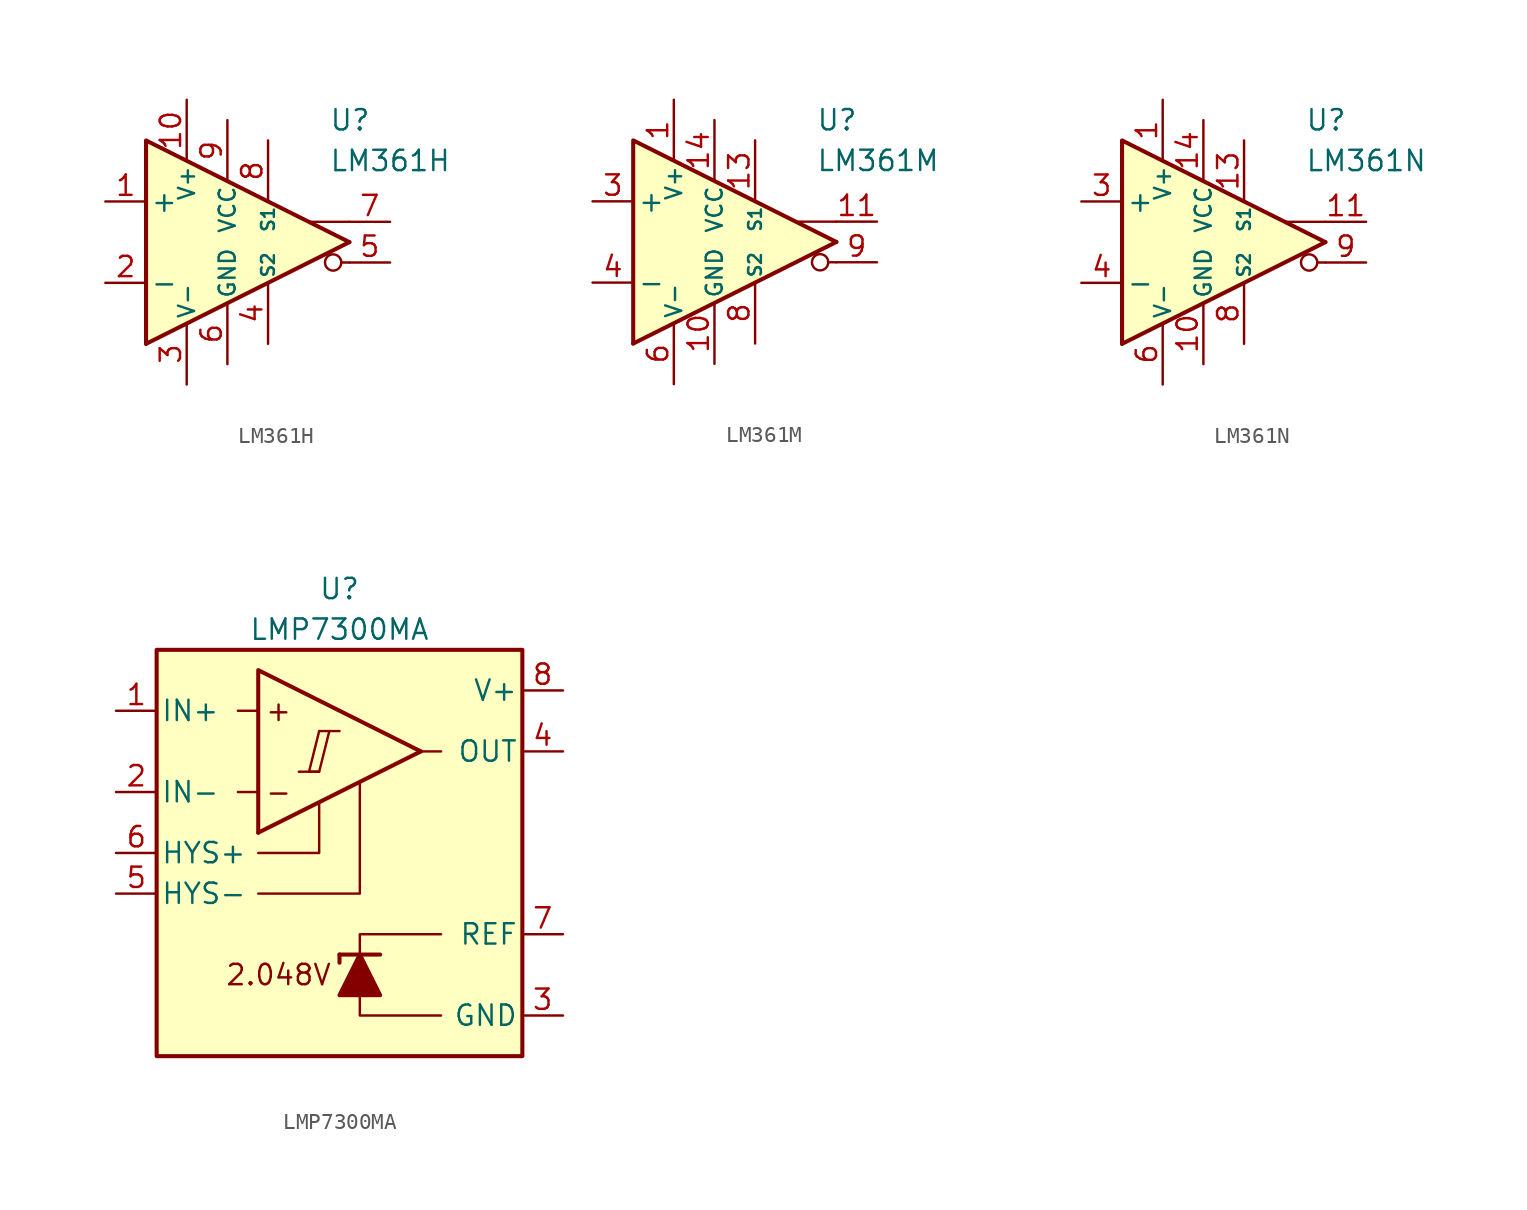
<source format=kicad_sym>
(kicad_symbol_lib
  (version 20231120)
  (generator "kicad_symbol_editor")
  (generator_version "8.0")
  (symbol "LM361H"
    (pin_names
      (offset 0.254))
    (property "Reference" "U"
      (at 6.35 7.62 0)
      (effects (font (size 1.27 1.27)) (justify left)))
    (property "Value" "LM361H"
      (at 6.35 5.08 0)
      (effects (font (size 1.27 1.27)) (justify left)))
    (symbol "LM361H_0_0"
      (polyline (pts (xy 7.62 -1.27) (xy 7.112 -1.27)) (stroke (width 0.152) (type default)) (fill (type none)))
      (polyline (pts (xy 7.62 0) (xy -5.08 -6.35)) (stroke (width 0.254) (type default)) (fill (type none)))
      (polyline (pts (xy 7.62 1.27) (xy 5.08 1.27)) (stroke (width 0.152) (type default)) (fill (type none)))
      (polyline (pts (xy 7.62 0) (xy -5.08 6.35) (xy -5.08 -6.35)) (stroke (width 0.254) (type default)) (fill (type background)))
      (circle (center 6.604 -1.27) (radius 0.508) (stroke (width 0.152) (type default)) (fill (type none))))
    (symbol "LM361H_1_1"
      (pin input line (at -7.62 2.54 0) (length 2.54) (name "+" (effects (font (size 1.27 1.27)))) (number "1" (effects (font (size 1.27 1.27)))))
      (pin power_in line (at -2.54 8.89 270) (length 3.81) (name "V+" (effects (font (size 1 1)))) (number "10" (effects (font (size 1.27 1.27)))))
      (pin input line (at -7.62 -2.54 0) (length 2.54) (name "-" (effects (font (size 1.27 1.27)))) (number "2" (effects (font (size 1.27 1.27)))))
      (pin power_in line (at -2.54 -8.89 90) (length 3.81) (name "V-" (effects (font (size 1 1)))) (number "3" (effects (font (size 1.27 1.27)))))
      (pin input line (at 2.54 -6.35 90) (length 3.81) (name "S2" (effects (font (size 0.8 0.8)))) (number "4" (effects (font (size 1.27 1.27)))))
      (pin output line (at 10.16 -1.27 180) (length 2.54) (name "~" (effects (font (size 1.27 1.27)))) (number "5" (effects (font (size 1.27 1.27)))))
      (pin power_in line (at 0 -7.62 90) (length 3.81) (name "GND" (effects (font (size 1 1)))) (number "6" (effects (font (size 1.27 1.27)))))
      (pin output line (at 10.16 1.27 180) (length 2.54) (name "~" (effects (font (size 1.27 1.27)))) (number "7" (effects (font (size 1.27 1.27)))))
      (pin input line (at 2.54 6.35 270) (length 3.81) (name "S1" (effects (font (size 0.8 0.8)))) (number "8" (effects (font (size 1.27 1.27)))))
      (pin power_in line (at 0 7.62 270) (length 3.81) (name "VCC" (effects (font (size 1 1)))) (number "9" (effects (font (size 1.27 1.27)))))))
  (symbol "LM361M"
    (pin_names
      (offset 0.254))
    (property "Reference" "U"
      (at 6.35 7.62 0)
      (effects (font (size 1.27 1.27)) (justify left)))
    (property "Value" "LM361M"
      (at 6.35 5.08 0)
      (effects (font (size 1.27 1.27)) (justify left)))
    (symbol "LM361M_0_0"
      (polyline (pts (xy 7.62 -1.27) (xy 7.112 -1.27)) (stroke (width 0.152) (type default)) (fill (type none)))
      (polyline (pts (xy 7.62 0) (xy -5.08 -6.35)) (stroke (width 0.254) (type default)) (fill (type none)))
      (polyline (pts (xy 7.62 1.27) (xy 5.08 1.27)) (stroke (width 0.152) (type default)) (fill (type none)))
      (polyline (pts (xy 7.62 0) (xy -5.08 6.35) (xy -5.08 -6.35)) (stroke (width 0.254) (type default)) (fill (type background)))
      (circle (center 6.604 -1.27) (radius 0.508) (stroke (width 0.152) (type default)) (fill (type none))))
    (symbol "LM361M_1_1"
      (pin power_in line (at -2.54 8.89 270) (length 3.81) (name "V+" (effects (font (size 1 1)))) (number "1" (effects (font (size 1.27 1.27)))))
      (pin power_in line (at 0 -7.62 90) (length 3.81) (name "GND" (effects (font (size 1 1)))) (number "10" (effects (font (size 1.27 1.27)))))
      (pin output line (at 10.16 1.27 180) (length 2.54) (name "~" (effects (font (size 1.27 1.27)))) (number "11" (effects (font (size 1.27 1.27)))))
      (pin no_connect line (at 1.27 -2.54 90) (length 2.54) hide (name "NC" (effects (font (size 1.27 1.27)))) (number "12" (effects (font (size 1.27 1.27)))))
      (pin input line (at 2.54 6.35 270) (length 3.81) (name "S1" (effects (font (size 0.8 0.8)))) (number "13" (effects (font (size 1.27 1.27)))))
      (pin power_in line (at 0 7.62 270) (length 3.81) (name "VCC" (effects (font (size 1 1)))) (number "14" (effects (font (size 1.27 1.27)))))
      (pin no_connect line (at -1.27 2.54 270) (length 2.54) hide (name "NC" (effects (font (size 1.27 1.27)))) (number "2" (effects (font (size 1.27 1.27)))))
      (pin input line (at -7.62 2.54 0) (length 2.54) (name "+" (effects (font (size 1.27 1.27)))) (number "3" (effects (font (size 1.27 1.27)))))
      (pin input line (at -7.62 -2.54 0) (length 2.54) (name "-" (effects (font (size 1.27 1.27)))) (number "4" (effects (font (size 1.27 1.27)))))
      (pin no_connect line (at -1.27 -2.54 90) (length 2.54) hide (name "NC" (effects (font (size 1.27 1.27)))) (number "5" (effects (font (size 1.27 1.27)))))
      (pin power_in line (at -2.54 -8.89 90) (length 3.81) (name "V-" (effects (font (size 1 1)))) (number "6" (effects (font (size 1.27 1.27)))))
      (pin no_connect line (at 1.27 2.54 270) (length 2.54) hide (name "NC" (effects (font (size 1.27 1.27)))) (number "7" (effects (font (size 1.27 1.27)))))
      (pin input line (at 2.54 -6.35 90) (length 3.81) (name "S2" (effects (font (size 0.8 0.8)))) (number "8" (effects (font (size 1.27 1.27)))))
      (pin output line (at 10.16 -1.27 180) (length 2.54) (name "~" (effects (font (size 1.27 1.27)))) (number "9" (effects (font (size 1.27 1.27)))))))
  (symbol "LM361N"
    (pin_names
      (offset 0.254))
    (property "Reference" "U"
      (at 6.35 7.62 0)
      (effects (font (size 1.27 1.27)) (justify left)))
    (property "Value" "LM361N"
      (at 6.35 5.08 0)
      (effects (font (size 1.27 1.27)) (justify left)))
    (symbol "LM361N_0_0"
      (polyline (pts (xy 7.62 -1.27) (xy 7.112 -1.27)) (stroke (width 0.152) (type default)) (fill (type none)))
      (polyline (pts (xy 7.62 0) (xy -5.08 -6.35)) (stroke (width 0.254) (type default)) (fill (type none)))
      (polyline (pts (xy 7.62 1.27) (xy 5.08 1.27)) (stroke (width 0.152) (type default)) (fill (type none)))
      (polyline (pts (xy 7.62 0) (xy -5.08 6.35) (xy -5.08 -6.35)) (stroke (width 0.254) (type default)) (fill (type background)))
      (circle (center 6.604 -1.27) (radius 0.508) (stroke (width 0.152) (type default)) (fill (type none))))
    (symbol "LM361N_1_1"
      (pin power_in line (at -2.54 8.89 270) (length 3.81) (name "V+" (effects (font (size 1 1)))) (number "1" (effects (font (size 1.27 1.27)))))
      (pin power_in line (at 0 -7.62 90) (length 3.81) (name "GND" (effects (font (size 1 1)))) (number "10" (effects (font (size 1.27 1.27)))))
      (pin output line (at 10.16 1.27 180) (length 2.54) (name "~" (effects (font (size 1.27 1.27)))) (number "11" (effects (font (size 1.27 1.27)))))
      (pin no_connect line (at 1.27 -2.54 90) (length 2.54) hide (name "NC" (effects (font (size 1.27 1.27)))) (number "12" (effects (font (size 1.27 1.27)))))
      (pin input line (at 2.54 6.35 270) (length 3.81) (name "S1" (effects (font (size 0.8 0.8)))) (number "13" (effects (font (size 1.27 1.27)))))
      (pin power_in line (at 0 7.62 270) (length 3.81) (name "VCC" (effects (font (size 1 1)))) (number "14" (effects (font (size 1.27 1.27)))))
      (pin no_connect line (at -1.27 2.54 270) (length 2.54) hide (name "NC" (effects (font (size 1.27 1.27)))) (number "2" (effects (font (size 1.27 1.27)))))
      (pin input line (at -7.62 2.54 0) (length 2.54) (name "+" (effects (font (size 1.27 1.27)))) (number "3" (effects (font (size 1.27 1.27)))))
      (pin input line (at -7.62 -2.54 0) (length 2.54) (name "-" (effects (font (size 1.27 1.27)))) (number "4" (effects (font (size 1.27 1.27)))))
      (pin no_connect line (at -1.27 -2.54 90) (length 2.54) hide (name "NC" (effects (font (size 1.27 1.27)))) (number "5" (effects (font (size 1.27 1.27)))))
      (pin power_in line (at -2.54 -8.89 90) (length 3.81) (name "V-" (effects (font (size 1 1)))) (number "6" (effects (font (size 1.27 1.27)))))
      (pin no_connect line (at 1.27 2.54 270) (length 2.54) hide (name "NC" (effects (font (size 1.27 1.27)))) (number "7" (effects (font (size 1.27 1.27)))))
      (pin input line (at 2.54 -6.35 90) (length 3.81) (name "S2" (effects (font (size 0.8 0.8)))) (number "8" (effects (font (size 1.27 1.27)))))
      (pin output line (at 10.16 -1.27 180) (length 2.54) (name "~" (effects (font (size 1.27 1.27)))) (number "9" (effects (font (size 1.27 1.27)))))))
  (symbol "LMP7300MA"
    (pin_names
      (offset 0.254))
    (property "Reference" "U"
      (at 0 16.51 0)
      (effects (font (size 1.27 1.27))))
    (property "Value" "LMP7300MA"
      (at 0 13.97 0)
      (effects (font (size 1.27 1.27))))
    (symbol "LMP7300MA_0_0"
      (polyline (pts (xy -2.54 5.08) (xy -1.27 5.08)) (stroke (width 0.152) (type default)) (fill (type none)))
      (polyline (pts (xy -1.27 7.62) (xy 0 7.62)) (stroke (width 0.152) (type default)) (fill (type none)))
      (polyline (pts (xy 5.08 6.35) (xy -5.08 1.27)) (stroke (width 0.254) (type default)) (fill (type none)))
      (polyline (pts (xy -5.08 -2.54) (xy 1.27 -2.54) (xy 1.27 4.445)) (stroke (width 0.152) (type default)) (fill (type none)))
      (polyline (pts (xy 5.08 6.35) (xy -5.08 11.43) (xy -5.08 1.27)) (stroke (width 0.254) (type default)) (fill (type background)))
      (polyline (pts (xy -1.27 7.62) (xy -1.905 5.08) (xy -1.27 5.08) (xy -0.635 7.62)) (stroke (width 0.152) (type default)) (fill (type none)))
      (text "+" (at -3.81 8.89 0) (effects (font (size 1.27 1.27))))
      (text "-" (at -3.81 3.81 0) (effects (font (size 1.27 1.27))))
      (text "2.048V" (at -3.81 -7.62 0) (effects (font (size 1.27 1.27)))))
    (symbol "LMP7300MA_0_1"
      (rectangle (start -11.43 12.7) (end 11.43 -12.7) (stroke (width 0.254) (type default)) (fill (type background)))
      (polyline (pts (xy -5.08 3.81) (xy -6.35 3.81)) (stroke (width 0) (type default)) (fill (type none)))
      (polyline (pts (xy -5.08 8.89) (xy -6.35 8.89)) (stroke (width 0) (type default)) (fill (type none)))
      (polyline (pts (xy 0 -6.35) (xy 0 -6.858)) (stroke (width 0.254) (type default)) (fill (type none)))
      (polyline (pts (xy 2.54 -6.35) (xy 0 -6.35)) (stroke (width 0.254) (type default)) (fill (type none)))
      (polyline (pts (xy 5.08 6.35) (xy 6.35 6.35)) (stroke (width 0) (type default)) (fill (type none)))
      (polyline (pts (xy -1.27 3.175) (xy -1.27 0) (xy -5.08 0)) (stroke (width 0) (type default)) (fill (type none)))
      (polyline (pts (xy 1.27 -8.89) (xy 1.27 -10.16) (xy 6.35 -10.16)) (stroke (width 0) (type default)) (fill (type none)))
      (polyline (pts (xy 1.27 -6.35) (xy 1.27 -5.08) (xy 6.35 -5.08)) (stroke (width 0) (type default)) (fill (type none)))
      (polyline (pts (xy 0 -8.89) (xy 2.54 -8.89) (xy 1.27 -6.35) (xy 0 -8.89)) (stroke (width 0.254) (type default)) (fill (type outline))))
    (symbol "LMP7300MA_1_1"
      (pin input line (at -13.97 8.89 0) (length 2.54) (name "IN+" (effects (font (size 1.27 1.27)))) (number "1" (effects (font (size 1.27 1.27)))))
      (pin input line (at -13.97 3.81 0) (length 2.54) (name "IN-" (effects (font (size 1.27 1.27)))) (number "2" (effects (font (size 1.27 1.27)))))
      (pin power_in line (at 13.97 -10.16 180) (length 2.54) (name "GND" (effects (font (size 1.27 1.27)))) (number "3" (effects (font (size 1.27 1.27)))))
      (pin output line (at 13.97 6.35 180) (length 2.54) (name "OUT" (effects (font (size 1.27 1.27)))) (number "4" (effects (font (size 1.27 1.27)))))
      (pin input line (at -13.97 -2.54 0) (length 2.54) (name "HYS-" (effects (font (size 1.27 1.27)))) (number "5" (effects (font (size 1.27 1.27)))))
      (pin input line (at -13.97 0 0) (length 2.54) (name "HYS+" (effects (font (size 1.27 1.27)))) (number "6" (effects (font (size 1.27 1.27)))))
      (pin output line (at 13.97 -5.08 180) (length 2.54) (name "REF" (effects (font (size 1.27 1.27)))) (number "7" (effects (font (size 1.27 1.27)))))
      (pin power_in line (at 13.97 10.16 180) (length 2.54) (name "V+" (effects (font (size 1.27 1.27)))) (number "8" (effects (font (size 1.27 1.27))))))))
</source>
